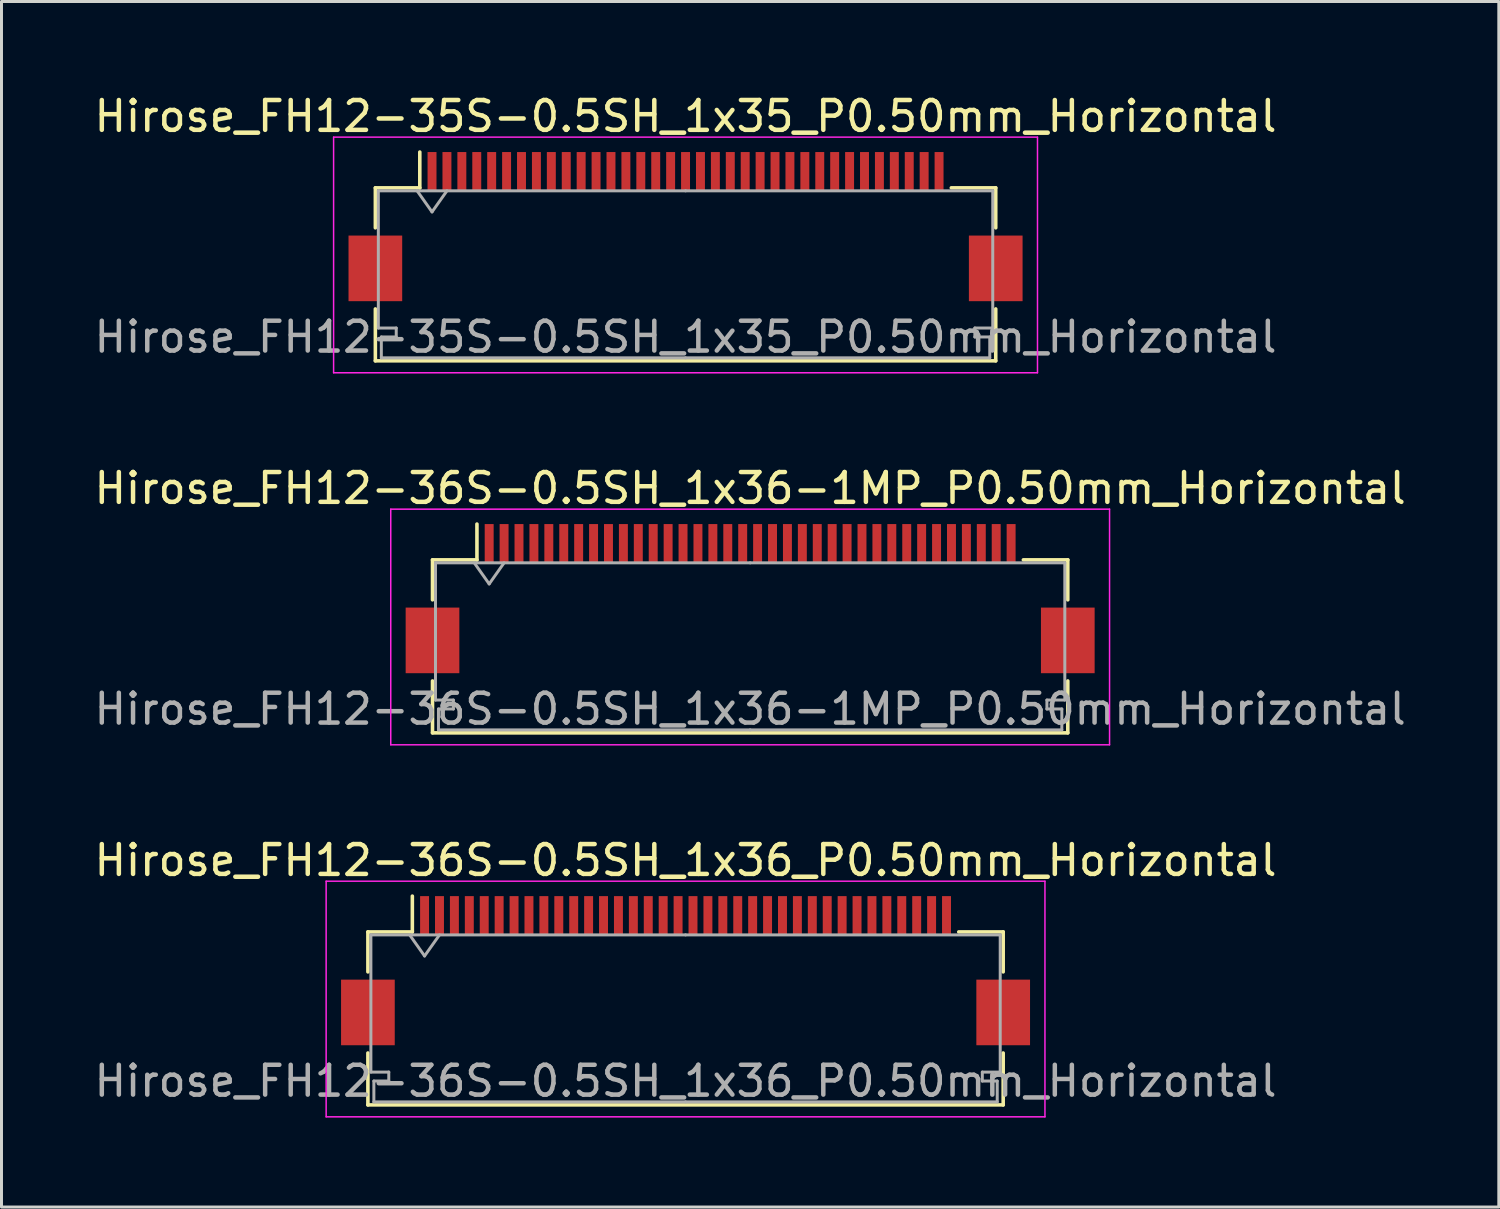
<source format=kicad_pcb>
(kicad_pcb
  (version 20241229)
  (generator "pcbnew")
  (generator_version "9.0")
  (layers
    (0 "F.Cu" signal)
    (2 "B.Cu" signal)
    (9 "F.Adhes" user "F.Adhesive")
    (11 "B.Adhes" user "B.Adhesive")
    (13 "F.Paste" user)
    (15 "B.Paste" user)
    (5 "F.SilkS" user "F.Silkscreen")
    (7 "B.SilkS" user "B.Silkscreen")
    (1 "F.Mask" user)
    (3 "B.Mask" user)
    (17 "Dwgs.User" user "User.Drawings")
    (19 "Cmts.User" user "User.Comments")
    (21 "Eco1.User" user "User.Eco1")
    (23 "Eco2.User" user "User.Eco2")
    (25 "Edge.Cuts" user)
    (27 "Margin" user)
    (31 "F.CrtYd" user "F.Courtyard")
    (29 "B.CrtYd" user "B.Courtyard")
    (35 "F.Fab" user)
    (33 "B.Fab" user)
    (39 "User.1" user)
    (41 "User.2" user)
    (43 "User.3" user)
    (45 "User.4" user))
  (footprint "Hirose_FH12-35S-0.5SH_1x35_P0.50mm_Horizontal"
    (layer "F.Cu")
    (at 19.935 4.548)
    (property "Reference" "Hirose_FH12-35S-0.5SH_1x35_P0.50mm_Horizontal" (at 0 -3.7 0) (layer "F.SilkS") (effects (font (size 1 1) (thickness 0.15))))
    (attr smd)
    (fp_line (start -10.4 -1.3) (end -10.4 0.04) (stroke (width 0.12) (type solid)) (layer "F.SilkS"))
    (fp_line (start -10.4 2.76) (end -10.4 4.5) (stroke (width 0.12) (type solid)) (layer "F.SilkS"))
    (fp_line (start -10.4 4.5) (end 10.4 4.5) (stroke (width 0.12) (type solid)) (layer "F.SilkS"))
    (fp_line (start -8.91 -1.3) (end -10.4 -1.3) (stroke (width 0.12) (type solid)) (layer "F.SilkS"))
    (fp_line (start -8.91 -1.3) (end -8.91 -2.5) (stroke (width 0.12) (type solid)) (layer "F.SilkS"))
    (fp_line (start 8.91 -1.3) (end 10.4 -1.3) (stroke (width 0.12) (type solid)) (layer "F.SilkS"))
    (fp_line (start 10.4 -1.3) (end 10.4 0.04) (stroke (width 0.12) (type solid)) (layer "F.SilkS"))
    (fp_line (start 10.4 4.5) (end 10.4 2.76) (stroke (width 0.12) (type solid)) (layer "F.SilkS"))
    (fp_line (start -11.8 -3) (end -11.8 4.9) (stroke (width 0.05) (type solid)) (layer "F.CrtYd"))
    (fp_line (start -11.8 4.9) (end 11.8 4.9) (stroke (width 0.05) (type solid)) (layer "F.CrtYd"))
    (fp_line (start 11.8 -3) (end -11.8 -3) (stroke (width 0.05) (type solid)) (layer "F.CrtYd"))
    (fp_line (start 11.8 4.9) (end 11.8 -3) (stroke (width 0.05) (type solid)) (layer "F.CrtYd"))
    (fp_line (start -10.3 -1.2) (end -10.3 3.4) (stroke (width 0.1) (type solid)) (layer "F.Fab"))
    (fp_line (start -10.3 3.4) (end -9.7 3.4) (stroke (width 0.1) (type solid)) (layer "F.Fab"))
    (fp_line (start -10.2 3.7) (end -10.2 4.4) (stroke (width 0.1) (type solid)) (layer "F.Fab"))
    (fp_line (start -10.2 4.4) (end 0 4.4) (stroke (width 0.1) (type solid)) (layer "F.Fab"))
    (fp_line (start -9.7 3.4) (end -9.7 3.7) (stroke (width 0.1) (type solid)) (layer "F.Fab"))
    (fp_line (start -9.7 3.7) (end -10.2 3.7) (stroke (width 0.1) (type solid)) (layer "F.Fab"))
    (fp_line (start -9 -1.2) (end -8.5 -0.493) (stroke (width 0.1) (type solid)) (layer "F.Fab"))
    (fp_line (start -8.5 -0.493) (end -8 -1.2) (stroke (width 0.1) (type solid)) (layer "F.Fab"))
    (fp_line (start 0 -1.2) (end -10.3 -1.2) (stroke (width 0.1) (type solid)) (layer "F.Fab"))
    (fp_line (start 0 -1.2) (end 10.3 -1.2) (stroke (width 0.1) (type solid)) (layer "F.Fab"))
    (fp_line (start 9.7 3.4) (end 9.7 3.7) (stroke (width 0.1) (type solid)) (layer "F.Fab"))
    (fp_line (start 9.7 3.7) (end 10.2 3.7) (stroke (width 0.1) (type solid)) (layer "F.Fab"))
    (fp_line (start 10.2 3.7) (end 10.2 4.4) (stroke (width 0.1) (type solid)) (layer "F.Fab"))
    (fp_line (start 10.2 4.4) (end 0 4.4) (stroke (width 0.1) (type solid)) (layer "F.Fab"))
    (fp_line (start 10.3 -1.2) (end 10.3 3.4) (stroke (width 0.1) (type solid)) (layer "F.Fab"))
    (fp_line (start 10.3 3.4) (end 9.7 3.4) (stroke (width 0.1) (type solid)) (layer "F.Fab"))
    (fp_text user "${REFERENCE}" (at 0 3.7 0) (layer "F.Fab") (effects (font (size 1 1) (thickness 0.15))))
    (pad "" smd rect (at -10.4 1.4) (size 1.8 2.2) (layers "F.Cu" "F.Mask" "F.Paste"))
    (pad "" smd rect (at 10.4 1.4) (size 1.8 2.2) (layers "F.Cu" "F.Mask" "F.Paste"))
    (pad "1" smd rect (at -8.5 -1.85) (size 0.3 1.3) (layers "F.Cu" "F.Mask" "F.Paste"))
    (pad "2" smd rect (at -8 -1.85) (size 0.3 1.3) (layers "F.Cu" "F.Mask" "F.Paste"))
    (pad "3" smd rect (at -7.5 -1.85) (size 0.3 1.3) (layers "F.Cu" "F.Mask" "F.Paste"))
    (pad "4" smd rect (at -7 -1.85) (size 0.3 1.3) (layers "F.Cu" "F.Mask" "F.Paste"))
    (pad "5" smd rect (at -6.5 -1.85) (size 0.3 1.3) (layers "F.Cu" "F.Mask" "F.Paste"))
    (pad "6" smd rect (at -6 -1.85) (size 0.3 1.3) (layers "F.Cu" "F.Mask" "F.Paste"))
    (pad "7" smd rect (at -5.5 -1.85) (size 0.3 1.3) (layers "F.Cu" "F.Mask" "F.Paste"))
    (pad "8" smd rect (at -5 -1.85) (size 0.3 1.3) (layers "F.Cu" "F.Mask" "F.Paste"))
    (pad "9" smd rect (at -4.5 -1.85) (size 0.3 1.3) (layers "F.Cu" "F.Mask" "F.Paste"))
    (pad "10" smd rect (at -4 -1.85) (size 0.3 1.3) (layers "F.Cu" "F.Mask" "F.Paste"))
    (pad "11" smd rect (at -3.5 -1.85) (size 0.3 1.3) (layers "F.Cu" "F.Mask" "F.Paste"))
    (pad "12" smd rect (at -3 -1.85) (size 0.3 1.3) (layers "F.Cu" "F.Mask" "F.Paste"))
    (pad "13" smd rect (at -2.5 -1.85) (size 0.3 1.3) (layers "F.Cu" "F.Mask" "F.Paste"))
    (pad "14" smd rect (at -2 -1.85) (size 0.3 1.3) (layers "F.Cu" "F.Mask" "F.Paste"))
    (pad "15" smd rect (at -1.5 -1.85) (size 0.3 1.3) (layers "F.Cu" "F.Mask" "F.Paste"))
    (pad "16" smd rect (at -1 -1.85) (size 0.3 1.3) (layers "F.Cu" "F.Mask" "F.Paste"))
    (pad "17" smd rect (at -0.5 -1.85) (size 0.3 1.3) (layers "F.Cu" "F.Mask" "F.Paste"))
    (pad "18" smd rect (at 0 -1.85) (size 0.3 1.3) (layers "F.Cu" "F.Mask" "F.Paste"))
    (pad "19" smd rect (at 0.5 -1.85) (size 0.3 1.3) (layers "F.Cu" "F.Mask" "F.Paste"))
    (pad "20" smd rect (at 1 -1.85) (size 0.3 1.3) (layers "F.Cu" "F.Mask" "F.Paste"))
    (pad "21" smd rect (at 1.5 -1.85) (size 0.3 1.3) (layers "F.Cu" "F.Mask" "F.Paste"))
    (pad "22" smd rect (at 2 -1.85) (size 0.3 1.3) (layers "F.Cu" "F.Mask" "F.Paste"))
    (pad "23" smd rect (at 2.5 -1.85) (size 0.3 1.3) (layers "F.Cu" "F.Mask" "F.Paste"))
    (pad "24" smd rect (at 3 -1.85) (size 0.3 1.3) (layers "F.Cu" "F.Mask" "F.Paste"))
    (pad "25" smd rect (at 3.5 -1.85) (size 0.3 1.3) (layers "F.Cu" "F.Mask" "F.Paste"))
    (pad "26" smd rect (at 4 -1.85) (size 0.3 1.3) (layers "F.Cu" "F.Mask" "F.Paste"))
    (pad "27" smd rect (at 4.5 -1.85) (size 0.3 1.3) (layers "F.Cu" "F.Mask" "F.Paste"))
    (pad "28" smd rect (at 5 -1.85) (size 0.3 1.3) (layers "F.Cu" "F.Mask" "F.Paste"))
    (pad "29" smd rect (at 5.5 -1.85) (size 0.3 1.3) (layers "F.Cu" "F.Mask" "F.Paste"))
    (pad "30" smd rect (at 6 -1.85) (size 0.3 1.3) (layers "F.Cu" "F.Mask" "F.Paste"))
    (pad "31" smd rect (at 6.5 -1.85) (size 0.3 1.3) (layers "F.Cu" "F.Mask" "F.Paste"))
    (pad "32" smd rect (at 7 -1.85) (size 0.3 1.3) (layers "F.Cu" "F.Mask" "F.Paste"))
    (pad "33" smd rect (at 7.5 -1.85) (size 0.3 1.3) (layers "F.Cu" "F.Mask" "F.Paste"))
    (pad "34" smd rect (at 8 -1.85) (size 0.3 1.3) (layers "F.Cu" "F.Mask" "F.Paste"))
    (pad "35" smd rect (at 8.5 -1.85) (size 0.3 1.3) (layers "F.Cu" "F.Mask" "F.Paste")))
  (footprint "Hirose_FH12-36S-0.5SH_1x36_P0.50mm_Horizontal"
    (layer "F.Cu")
    (at 19.935 29.495)
    (property "Reference" "Hirose_FH12-36S-0.5SH_1x36_P0.50mm_Horizontal" (at 0 -3.7 0) (layer "F.SilkS") (effects (font (size 1 1) (thickness 0.15))))
    (attr smd)
    (fp_line (start -10.65 -1.3) (end -10.65 0.04) (stroke (width 0.12) (type solid)) (layer "F.SilkS"))
    (fp_line (start -10.65 2.76) (end -10.65 4.5) (stroke (width 0.12) (type solid)) (layer "F.SilkS"))
    (fp_line (start -10.65 4.5) (end 10.65 4.5) (stroke (width 0.12) (type solid)) (layer "F.SilkS"))
    (fp_line (start -9.16 -1.3) (end -10.65 -1.3) (stroke (width 0.12) (type solid)) (layer "F.SilkS"))
    (fp_line (start -9.16 -1.3) (end -9.16 -2.5) (stroke (width 0.12) (type solid)) (layer "F.SilkS"))
    (fp_line (start 9.16 -1.3) (end 10.65 -1.3) (stroke (width 0.12) (type solid)) (layer "F.SilkS"))
    (fp_line (start 10.65 -1.3) (end 10.65 0.04) (stroke (width 0.12) (type solid)) (layer "F.SilkS"))
    (fp_line (start 10.65 4.5) (end 10.65 2.76) (stroke (width 0.12) (type solid)) (layer "F.SilkS"))
    (fp_line (start -12.05 -3) (end -12.05 4.9) (stroke (width 0.05) (type solid)) (layer "F.CrtYd"))
    (fp_line (start -12.05 4.9) (end 12.05 4.9) (stroke (width 0.05) (type solid)) (layer "F.CrtYd"))
    (fp_line (start 12.05 -3) (end -12.05 -3) (stroke (width 0.05) (type solid)) (layer "F.CrtYd"))
    (fp_line (start 12.05 4.9) (end 12.05 -3) (stroke (width 0.05) (type solid)) (layer "F.CrtYd"))
    (fp_line (start -10.55 -1.2) (end -10.55 3.4) (stroke (width 0.1) (type solid)) (layer "F.Fab"))
    (fp_line (start -10.55 3.4) (end -9.95 3.4) (stroke (width 0.1) (type solid)) (layer "F.Fab"))
    (fp_line (start -10.45 3.7) (end -10.45 4.4) (stroke (width 0.1) (type solid)) (layer "F.Fab"))
    (fp_line (start -10.45 4.4) (end 0 4.4) (stroke (width 0.1) (type solid)) (layer "F.Fab"))
    (fp_line (start -9.95 3.4) (end -9.95 3.7) (stroke (width 0.1) (type solid)) (layer "F.Fab"))
    (fp_line (start -9.95 3.7) (end -10.45 3.7) (stroke (width 0.1) (type solid)) (layer "F.Fab"))
    (fp_line (start -9.25 -1.2) (end -8.75 -0.493) (stroke (width 0.1) (type solid)) (layer "F.Fab"))
    (fp_line (start -8.75 -0.493) (end -8.25 -1.2) (stroke (width 0.1) (type solid)) (layer "F.Fab"))
    (fp_line (start 0 -1.2) (end -10.55 -1.2) (stroke (width 0.1) (type solid)) (layer "F.Fab"))
    (fp_line (start 0 -1.2) (end 10.55 -1.2) (stroke (width 0.1) (type solid)) (layer "F.Fab"))
    (fp_line (start 9.95 3.4) (end 9.95 3.7) (stroke (width 0.1) (type solid)) (layer "F.Fab"))
    (fp_line (start 9.95 3.7) (end 10.45 3.7) (stroke (width 0.1) (type solid)) (layer "F.Fab"))
    (fp_line (start 10.45 3.7) (end 10.45 4.4) (stroke (width 0.1) (type solid)) (layer "F.Fab"))
    (fp_line (start 10.45 4.4) (end 0 4.4) (stroke (width 0.1) (type solid)) (layer "F.Fab"))
    (fp_line (start 10.55 -1.2) (end 10.55 3.4) (stroke (width 0.1) (type solid)) (layer "F.Fab"))
    (fp_line (start 10.55 3.4) (end 9.95 3.4) (stroke (width 0.1) (type solid)) (layer "F.Fab"))
    (fp_text user "${REFERENCE}" (at 0 3.7 0) (layer "F.Fab") (effects (font (size 1 1) (thickness 0.15))))
    (pad "" smd rect (at -10.65 1.4) (size 1.8 2.2) (layers "F.Cu" "F.Mask" "F.Paste"))
    (pad "" smd rect (at 10.65 1.4) (size 1.8 2.2) (layers "F.Cu" "F.Mask" "F.Paste"))
    (pad "1" smd rect (at -8.75 -1.85) (size 0.3 1.3) (layers "F.Cu" "F.Mask" "F.Paste"))
    (pad "2" smd rect (at -8.25 -1.85) (size 0.3 1.3) (layers "F.Cu" "F.Mask" "F.Paste"))
    (pad "3" smd rect (at -7.75 -1.85) (size 0.3 1.3) (layers "F.Cu" "F.Mask" "F.Paste"))
    (pad "4" smd rect (at -7.25 -1.85) (size 0.3 1.3) (layers "F.Cu" "F.Mask" "F.Paste"))
    (pad "5" smd rect (at -6.75 -1.85) (size 0.3 1.3) (layers "F.Cu" "F.Mask" "F.Paste"))
    (pad "6" smd rect (at -6.25 -1.85) (size 0.3 1.3) (layers "F.Cu" "F.Mask" "F.Paste"))
    (pad "7" smd rect (at -5.75 -1.85) (size 0.3 1.3) (layers "F.Cu" "F.Mask" "F.Paste"))
    (pad "8" smd rect (at -5.25 -1.85) (size 0.3 1.3) (layers "F.Cu" "F.Mask" "F.Paste"))
    (pad "9" smd rect (at -4.75 -1.85) (size 0.3 1.3) (layers "F.Cu" "F.Mask" "F.Paste"))
    (pad "10" smd rect (at -4.25 -1.85) (size 0.3 1.3) (layers "F.Cu" "F.Mask" "F.Paste"))
    (pad "11" smd rect (at -3.75 -1.85) (size 0.3 1.3) (layers "F.Cu" "F.Mask" "F.Paste"))
    (pad "12" smd rect (at -3.25 -1.85) (size 0.3 1.3) (layers "F.Cu" "F.Mask" "F.Paste"))
    (pad "13" smd rect (at -2.75 -1.85) (size 0.3 1.3) (layers "F.Cu" "F.Mask" "F.Paste"))
    (pad "14" smd rect (at -2.25 -1.85) (size 0.3 1.3) (layers "F.Cu" "F.Mask" "F.Paste"))
    (pad "15" smd rect (at -1.75 -1.85) (size 0.3 1.3) (layers "F.Cu" "F.Mask" "F.Paste"))
    (pad "16" smd rect (at -1.25 -1.85) (size 0.3 1.3) (layers "F.Cu" "F.Mask" "F.Paste"))
    (pad "17" smd rect (at -0.75 -1.85) (size 0.3 1.3) (layers "F.Cu" "F.Mask" "F.Paste"))
    (pad "18" smd rect (at -0.25 -1.85) (size 0.3 1.3) (layers "F.Cu" "F.Mask" "F.Paste"))
    (pad "19" smd rect (at 0.25 -1.85) (size 0.3 1.3) (layers "F.Cu" "F.Mask" "F.Paste"))
    (pad "20" smd rect (at 0.75 -1.85) (size 0.3 1.3) (layers "F.Cu" "F.Mask" "F.Paste"))
    (pad "21" smd rect (at 1.25 -1.85) (size 0.3 1.3) (layers "F.Cu" "F.Mask" "F.Paste"))
    (pad "22" smd rect (at 1.75 -1.85) (size 0.3 1.3) (layers "F.Cu" "F.Mask" "F.Paste"))
    (pad "23" smd rect (at 2.25 -1.85) (size 0.3 1.3) (layers "F.Cu" "F.Mask" "F.Paste"))
    (pad "24" smd rect (at 2.75 -1.85) (size 0.3 1.3) (layers "F.Cu" "F.Mask" "F.Paste"))
    (pad "25" smd rect (at 3.25 -1.85) (size 0.3 1.3) (layers "F.Cu" "F.Mask" "F.Paste"))
    (pad "26" smd rect (at 3.75 -1.85) (size 0.3 1.3) (layers "F.Cu" "F.Mask" "F.Paste"))
    (pad "27" smd rect (at 4.25 -1.85) (size 0.3 1.3) (layers "F.Cu" "F.Mask" "F.Paste"))
    (pad "28" smd rect (at 4.75 -1.85) (size 0.3 1.3) (layers "F.Cu" "F.Mask" "F.Paste"))
    (pad "29" smd rect (at 5.25 -1.85) (size 0.3 1.3) (layers "F.Cu" "F.Mask" "F.Paste"))
    (pad "30" smd rect (at 5.75 -1.85) (size 0.3 1.3) (layers "F.Cu" "F.Mask" "F.Paste"))
    (pad "31" smd rect (at 6.25 -1.85) (size 0.3 1.3) (layers "F.Cu" "F.Mask" "F.Paste"))
    (pad "32" smd rect (at 6.75 -1.85) (size 0.3 1.3) (layers "F.Cu" "F.Mask" "F.Paste"))
    (pad "33" smd rect (at 7.25 -1.85) (size 0.3 1.3) (layers "F.Cu" "F.Mask" "F.Paste"))
    (pad "34" smd rect (at 7.75 -1.85) (size 0.3 1.3) (layers "F.Cu" "F.Mask" "F.Paste"))
    (pad "35" smd rect (at 8.25 -1.85) (size 0.3 1.3) (layers "F.Cu" "F.Mask" "F.Paste"))
    (pad "36" smd rect (at 8.75 -1.85) (size 0.3 1.3) (layers "F.Cu" "F.Mask" "F.Paste")))
  (footprint "Hirose_FH12-36S-0.5SH_1x36-1MP_P0.50mm_Horizontal"
    (layer "F.Cu")
    (at 22.101 17.021)
    (property "Reference" "Hirose_FH12-36S-0.5SH_1x36-1MP_P0.50mm_Horizontal" (at 0 -3.7 0) (layer "F.SilkS") (effects (font (size 1 1) (thickness 0.15))))
    (attr smd)
    (fp_line (start -10.65 -1.3) (end -10.65 0.04) (stroke (width 0.12) (type solid)) (layer "F.SilkS"))
    (fp_line (start -10.65 2.76) (end -10.65 4.5) (stroke (width 0.12) (type solid)) (layer "F.SilkS"))
    (fp_line (start -10.65 4.5) (end 10.65 4.5) (stroke (width 0.12) (type solid)) (layer "F.SilkS"))
    (fp_line (start -9.16 -1.3) (end -10.65 -1.3) (stroke (width 0.12) (type solid)) (layer "F.SilkS"))
    (fp_line (start -9.16 -1.3) (end -9.16 -2.5) (stroke (width 0.12) (type solid)) (layer "F.SilkS"))
    (fp_line (start 9.16 -1.3) (end 10.65 -1.3) (stroke (width 0.12) (type solid)) (layer "F.SilkS"))
    (fp_line (start 10.65 -1.3) (end 10.65 0.04) (stroke (width 0.12) (type solid)) (layer "F.SilkS"))
    (fp_line (start 10.65 4.5) (end 10.65 2.76) (stroke (width 0.12) (type solid)) (layer "F.SilkS"))
    (fp_line (start -12.05 -3) (end -12.05 4.9) (stroke (width 0.05) (type solid)) (layer "F.CrtYd"))
    (fp_line (start -12.05 4.9) (end 12.05 4.9) (stroke (width 0.05) (type solid)) (layer "F.CrtYd"))
    (fp_line (start 12.05 -3) (end -12.05 -3) (stroke (width 0.05) (type solid)) (layer "F.CrtYd"))
    (fp_line (start 12.05 4.9) (end 12.05 -3) (stroke (width 0.05) (type solid)) (layer "F.CrtYd"))
    (fp_line (start -10.55 -1.2) (end -10.55 3.4) (stroke (width 0.1) (type solid)) (layer "F.Fab"))
    (fp_line (start -10.55 3.4) (end -9.95 3.4) (stroke (width 0.1) (type solid)) (layer "F.Fab"))
    (fp_line (start -10.45 3.7) (end -10.45 4.4) (stroke (width 0.1) (type solid)) (layer "F.Fab"))
    (fp_line (start -10.45 4.4) (end 0 4.4) (stroke (width 0.1) (type solid)) (layer "F.Fab"))
    (fp_line (start -9.95 3.4) (end -9.95 3.7) (stroke (width 0.1) (type solid)) (layer "F.Fab"))
    (fp_line (start -9.95 3.7) (end -10.45 3.7) (stroke (width 0.1) (type solid)) (layer "F.Fab"))
    (fp_line (start -9.25 -1.2) (end -8.75 -0.493) (stroke (width 0.1) (type solid)) (layer "F.Fab"))
    (fp_line (start -8.75 -0.493) (end -8.25 -1.2) (stroke (width 0.1) (type solid)) (layer "F.Fab"))
    (fp_line (start 0 -1.2) (end -10.55 -1.2) (stroke (width 0.1) (type solid)) (layer "F.Fab"))
    (fp_line (start 0 -1.2) (end 10.55 -1.2) (stroke (width 0.1) (type solid)) (layer "F.Fab"))
    (fp_line (start 9.95 3.4) (end 9.95 3.7) (stroke (width 0.1) (type solid)) (layer "F.Fab"))
    (fp_line (start 9.95 3.7) (end 10.45 3.7) (stroke (width 0.1) (type solid)) (layer "F.Fab"))
    (fp_line (start 10.45 3.7) (end 10.45 4.4) (stroke (width 0.1) (type solid)) (layer "F.Fab"))
    (fp_line (start 10.45 4.4) (end 0 4.4) (stroke (width 0.1) (type solid)) (layer "F.Fab"))
    (fp_line (start 10.55 -1.2) (end 10.55 3.4) (stroke (width 0.1) (type solid)) (layer "F.Fab"))
    (fp_line (start 10.55 3.4) (end 9.95 3.4) (stroke (width 0.1) (type solid)) (layer "F.Fab"))
    (fp_text user "${REFERENCE}" (at 0 3.7 0) (layer "F.Fab") (effects (font (size 1 1) (thickness 0.15))))
    (pad "1" smd rect (at -8.75 -1.85) (size 0.3 1.3) (layers "F.Cu" "F.Mask" "F.Paste"))
    (pad "2" smd rect (at -8.25 -1.85) (size 0.3 1.3) (layers "F.Cu" "F.Mask" "F.Paste"))
    (pad "3" smd rect (at -7.75 -1.85) (size 0.3 1.3) (layers "F.Cu" "F.Mask" "F.Paste"))
    (pad "4" smd rect (at -7.25 -1.85) (size 0.3 1.3) (layers "F.Cu" "F.Mask" "F.Paste"))
    (pad "5" smd rect (at -6.75 -1.85) (size 0.3 1.3) (layers "F.Cu" "F.Mask" "F.Paste"))
    (pad "6" smd rect (at -6.25 -1.85) (size 0.3 1.3) (layers "F.Cu" "F.Mask" "F.Paste"))
    (pad "7" smd rect (at -5.75 -1.85) (size 0.3 1.3) (layers "F.Cu" "F.Mask" "F.Paste"))
    (pad "8" smd rect (at -5.25 -1.85) (size 0.3 1.3) (layers "F.Cu" "F.Mask" "F.Paste"))
    (pad "9" smd rect (at -4.75 -1.85) (size 0.3 1.3) (layers "F.Cu" "F.Mask" "F.Paste"))
    (pad "10" smd rect (at -4.25 -1.85) (size 0.3 1.3) (layers "F.Cu" "F.Mask" "F.Paste"))
    (pad "11" smd rect (at -3.75 -1.85) (size 0.3 1.3) (layers "F.Cu" "F.Mask" "F.Paste"))
    (pad "12" smd rect (at -3.25 -1.85) (size 0.3 1.3) (layers "F.Cu" "F.Mask" "F.Paste"))
    (pad "13" smd rect (at -2.75 -1.85) (size 0.3 1.3) (layers "F.Cu" "F.Mask" "F.Paste"))
    (pad "14" smd rect (at -2.25 -1.85) (size 0.3 1.3) (layers "F.Cu" "F.Mask" "F.Paste"))
    (pad "15" smd rect (at -1.75 -1.85) (size 0.3 1.3) (layers "F.Cu" "F.Mask" "F.Paste"))
    (pad "16" smd rect (at -1.25 -1.85) (size 0.3 1.3) (layers "F.Cu" "F.Mask" "F.Paste"))
    (pad "17" smd rect (at -0.75 -1.85) (size 0.3 1.3) (layers "F.Cu" "F.Mask" "F.Paste"))
    (pad "18" smd rect (at -0.25 -1.85) (size 0.3 1.3) (layers "F.Cu" "F.Mask" "F.Paste"))
    (pad "19" smd rect (at 0.25 -1.85) (size 0.3 1.3) (layers "F.Cu" "F.Mask" "F.Paste"))
    (pad "20" smd rect (at 0.75 -1.85) (size 0.3 1.3) (layers "F.Cu" "F.Mask" "F.Paste"))
    (pad "21" smd rect (at 1.25 -1.85) (size 0.3 1.3) (layers "F.Cu" "F.Mask" "F.Paste"))
    (pad "22" smd rect (at 1.75 -1.85) (size 0.3 1.3) (layers "F.Cu" "F.Mask" "F.Paste"))
    (pad "23" smd rect (at 2.25 -1.85) (size 0.3 1.3) (layers "F.Cu" "F.Mask" "F.Paste"))
    (pad "24" smd rect (at 2.75 -1.85) (size 0.3 1.3) (layers "F.Cu" "F.Mask" "F.Paste"))
    (pad "25" smd rect (at 3.25 -1.85) (size 0.3 1.3) (layers "F.Cu" "F.Mask" "F.Paste"))
    (pad "26" smd rect (at 3.75 -1.85) (size 0.3 1.3) (layers "F.Cu" "F.Mask" "F.Paste"))
    (pad "27" smd rect (at 4.25 -1.85) (size 0.3 1.3) (layers "F.Cu" "F.Mask" "F.Paste"))
    (pad "28" smd rect (at 4.75 -1.85) (size 0.3 1.3) (layers "F.Cu" "F.Mask" "F.Paste"))
    (pad "29" smd rect (at 5.25 -1.85) (size 0.3 1.3) (layers "F.Cu" "F.Mask" "F.Paste"))
    (pad "30" smd rect (at 5.75 -1.85) (size 0.3 1.3) (layers "F.Cu" "F.Mask" "F.Paste"))
    (pad "31" smd rect (at 6.25 -1.85) (size 0.3 1.3) (layers "F.Cu" "F.Mask" "F.Paste"))
    (pad "32" smd rect (at 6.75 -1.85) (size 0.3 1.3) (layers "F.Cu" "F.Mask" "F.Paste"))
    (pad "33" smd rect (at 7.25 -1.85) (size 0.3 1.3) (layers "F.Cu" "F.Mask" "F.Paste"))
    (pad "34" smd rect (at 7.75 -1.85) (size 0.3 1.3) (layers "F.Cu" "F.Mask" "F.Paste"))
    (pad "35" smd rect (at 8.25 -1.85) (size 0.3 1.3) (layers "F.Cu" "F.Mask" "F.Paste"))
    (pad "36" smd rect (at 8.75 -1.85) (size 0.3 1.3) (layers "F.Cu" "F.Mask" "F.Paste"))
    (pad "MP" smd rect (at -10.65 1.4) (size 1.8 2.2) (layers "F.Cu" "F.Mask" "F.Paste"))
    (pad "MP" smd rect (at 10.65 1.4) (size 1.8 2.2) (layers "F.Cu" "F.Mask" "F.Paste")))
  (gr_rect
    (start -3 -3)
    (end 47.202 37.42)
    (stroke (width 0.1) (type default))
    (fill no)
    (layer "Edge.Cuts")))
</source>
